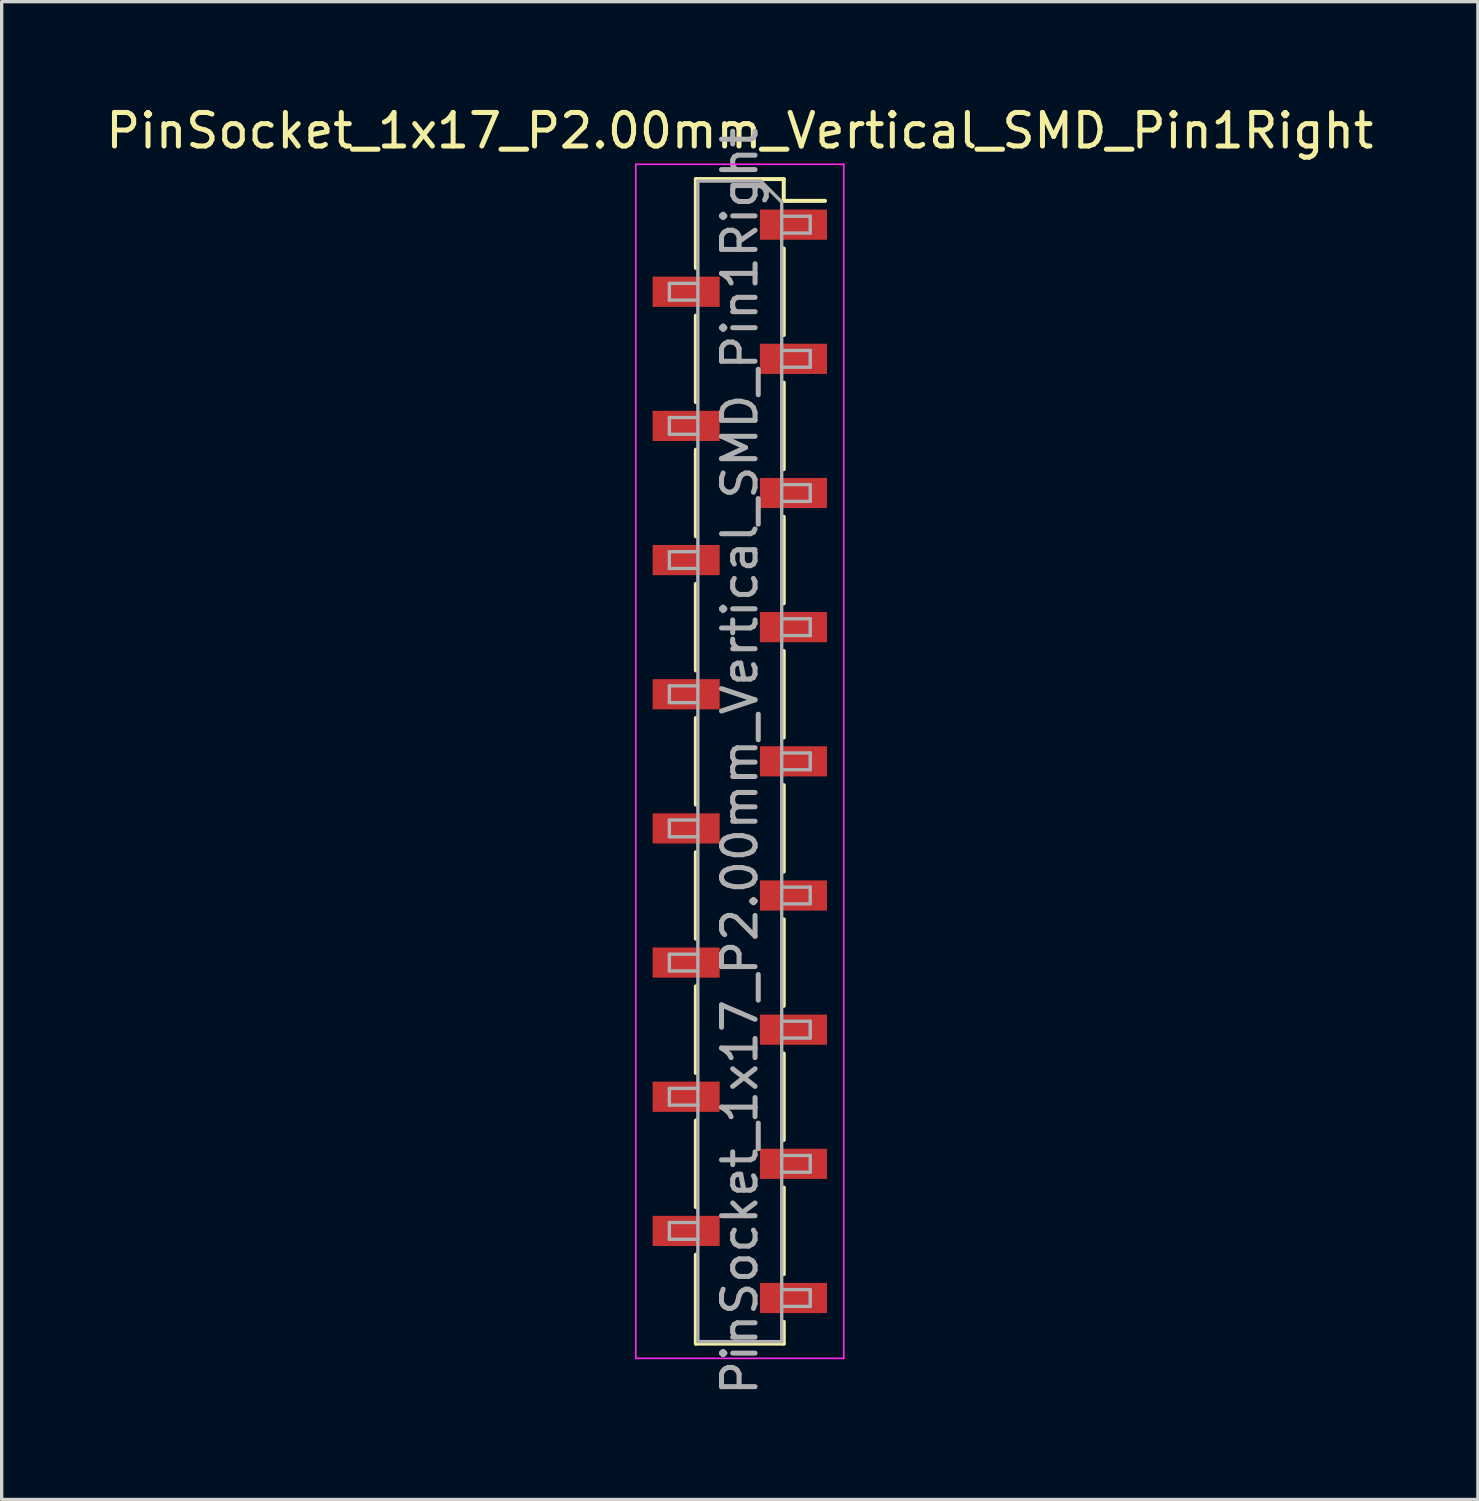
<source format=kicad_pcb>
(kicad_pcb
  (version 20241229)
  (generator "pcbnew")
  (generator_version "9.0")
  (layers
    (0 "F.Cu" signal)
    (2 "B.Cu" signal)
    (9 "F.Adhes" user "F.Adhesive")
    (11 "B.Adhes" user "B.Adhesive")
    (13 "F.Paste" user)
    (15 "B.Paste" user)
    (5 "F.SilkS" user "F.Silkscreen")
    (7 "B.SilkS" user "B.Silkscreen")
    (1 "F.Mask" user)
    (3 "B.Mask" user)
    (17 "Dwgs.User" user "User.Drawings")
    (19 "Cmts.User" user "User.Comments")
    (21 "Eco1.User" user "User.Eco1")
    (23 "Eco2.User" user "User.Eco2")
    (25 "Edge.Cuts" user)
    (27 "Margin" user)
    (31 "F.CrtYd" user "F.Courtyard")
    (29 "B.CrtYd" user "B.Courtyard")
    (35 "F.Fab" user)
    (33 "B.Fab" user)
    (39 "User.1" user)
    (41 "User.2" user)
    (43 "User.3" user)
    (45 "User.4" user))
  (footprint "PinSocket_1x17_P2.00mm_Vertical_SMD_Pin1Right"
    (layer "F.Cu")
    (at 19.006 19.648)
    (property "Reference" "PinSocket_1x17_P2.00mm_Vertical_SMD_Pin1Right" (at 0 -18.8 0) (layer "F.SilkS") (effects (font (size 1 1) (thickness 0.15))))
    (attr smd)
    (fp_line (start -1.31 -17.36) (end -1.31 -14.71) (stroke (width 0.12) (type solid)) (layer "F.SilkS"))
    (fp_line (start -1.31 -17.36) (end 1.31 -17.36) (stroke (width 0.12) (type solid)) (layer "F.SilkS"))
    (fp_line (start -1.31 -13.29) (end -1.31 -10.71) (stroke (width 0.12) (type solid)) (layer "F.SilkS"))
    (fp_line (start -1.31 -9.29) (end -1.31 -6.71) (stroke (width 0.12) (type solid)) (layer "F.SilkS"))
    (fp_line (start -1.31 -5.29) (end -1.31 -2.71) (stroke (width 0.12) (type solid)) (layer "F.SilkS"))
    (fp_line (start -1.31 -1.29) (end -1.31 1.29) (stroke (width 0.12) (type solid)) (layer "F.SilkS"))
    (fp_line (start -1.31 2.71) (end -1.31 5.29) (stroke (width 0.12) (type solid)) (layer "F.SilkS"))
    (fp_line (start -1.31 6.71) (end -1.31 9.29) (stroke (width 0.12) (type solid)) (layer "F.SilkS"))
    (fp_line (start -1.31 10.71) (end -1.31 13.29) (stroke (width 0.12) (type solid)) (layer "F.SilkS"))
    (fp_line (start -1.31 14.71) (end -1.31 17.36) (stroke (width 0.12) (type solid)) (layer "F.SilkS"))
    (fp_line (start -1.31 17.36) (end 1.31 17.36) (stroke (width 0.12) (type solid)) (layer "F.SilkS"))
    (fp_line (start 1.31 -17.36) (end 1.31 -16.71) (stroke (width 0.12) (type solid)) (layer "F.SilkS"))
    (fp_line (start 1.31 -16.71) (end 2.54 -16.71) (stroke (width 0.12) (type solid)) (layer "F.SilkS"))
    (fp_line (start 1.31 -15.29) (end 1.31 -12.71) (stroke (width 0.12) (type solid)) (layer "F.SilkS"))
    (fp_line (start 1.31 -11.29) (end 1.31 -8.71) (stroke (width 0.12) (type solid)) (layer "F.SilkS"))
    (fp_line (start 1.31 -7.29) (end 1.31 -4.71) (stroke (width 0.12) (type solid)) (layer "F.SilkS"))
    (fp_line (start 1.31 -3.29) (end 1.31 -0.71) (stroke (width 0.12) (type solid)) (layer "F.SilkS"))
    (fp_line (start 1.31 0.71) (end 1.31 3.29) (stroke (width 0.12) (type solid)) (layer "F.SilkS"))
    (fp_line (start 1.31 4.71) (end 1.31 7.29) (stroke (width 0.12) (type solid)) (layer "F.SilkS"))
    (fp_line (start 1.31 8.71) (end 1.31 11.29) (stroke (width 0.12) (type solid)) (layer "F.SilkS"))
    (fp_line (start 1.31 12.71) (end 1.31 15.29) (stroke (width 0.12) (type solid)) (layer "F.SilkS"))
    (fp_line (start 1.31 16.71) (end 1.31 17.36) (stroke (width 0.12) (type solid)) (layer "F.SilkS"))
    (fp_line (start -3.1 -17.8) (end 3.1 -17.8) (stroke (width 0.05) (type solid)) (layer "F.CrtYd"))
    (fp_line (start -3.1 17.8) (end -3.1 -17.8) (stroke (width 0.05) (type solid)) (layer "F.CrtYd"))
    (fp_line (start 3.1 -17.8) (end 3.1 17.8) (stroke (width 0.05) (type solid)) (layer "F.CrtYd"))
    (fp_line (start 3.1 17.8) (end -3.1 17.8) (stroke (width 0.05) (type solid)) (layer "F.CrtYd"))
    (fp_line (start -2.1 -14.25) (end -1.25 -14.25) (stroke (width 0.1) (type solid)) (layer "F.Fab"))
    (fp_line (start -2.1 -13.75) (end -2.1 -14.25) (stroke (width 0.1) (type solid)) (layer "F.Fab"))
    (fp_line (start -2.1 -10.25) (end -1.25 -10.25) (stroke (width 0.1) (type solid)) (layer "F.Fab"))
    (fp_line (start -2.1 -9.75) (end -2.1 -10.25) (stroke (width 0.1) (type solid)) (layer "F.Fab"))
    (fp_line (start -2.1 -6.25) (end -1.25 -6.25) (stroke (width 0.1) (type solid)) (layer "F.Fab"))
    (fp_line (start -2.1 -5.75) (end -2.1 -6.25) (stroke (width 0.1) (type solid)) (layer "F.Fab"))
    (fp_line (start -2.1 -2.25) (end -1.25 -2.25) (stroke (width 0.1) (type solid)) (layer "F.Fab"))
    (fp_line (start -2.1 -1.75) (end -2.1 -2.25) (stroke (width 0.1) (type solid)) (layer "F.Fab"))
    (fp_line (start -2.1 1.75) (end -1.25 1.75) (stroke (width 0.1) (type solid)) (layer "F.Fab"))
    (fp_line (start -2.1 2.25) (end -2.1 1.75) (stroke (width 0.1) (type solid)) (layer "F.Fab"))
    (fp_line (start -2.1 5.75) (end -1.25 5.75) (stroke (width 0.1) (type solid)) (layer "F.Fab"))
    (fp_line (start -2.1 6.25) (end -2.1 5.75) (stroke (width 0.1) (type solid)) (layer "F.Fab"))
    (fp_line (start -2.1 9.75) (end -1.25 9.75) (stroke (width 0.1) (type solid)) (layer "F.Fab"))
    (fp_line (start -2.1 10.25) (end -2.1 9.75) (stroke (width 0.1) (type solid)) (layer "F.Fab"))
    (fp_line (start -2.1 13.75) (end -1.25 13.75) (stroke (width 0.1) (type solid)) (layer "F.Fab"))
    (fp_line (start -2.1 14.25) (end -2.1 13.75) (stroke (width 0.1) (type solid)) (layer "F.Fab"))
    (fp_line (start -1.25 -17.3) (end 0.625 -17.3) (stroke (width 0.1) (type solid)) (layer "F.Fab"))
    (fp_line (start -1.25 -13.75) (end -2.1 -13.75) (stroke (width 0.1) (type solid)) (layer "F.Fab"))
    (fp_line (start -1.25 -9.75) (end -2.1 -9.75) (stroke (width 0.1) (type solid)) (layer "F.Fab"))
    (fp_line (start -1.25 -5.75) (end -2.1 -5.75) (stroke (width 0.1) (type solid)) (layer "F.Fab"))
    (fp_line (start -1.25 -1.75) (end -2.1 -1.75) (stroke (width 0.1) (type solid)) (layer "F.Fab"))
    (fp_line (start -1.25 2.25) (end -2.1 2.25) (stroke (width 0.1) (type solid)) (layer "F.Fab"))
    (fp_line (start -1.25 6.25) (end -2.1 6.25) (stroke (width 0.1) (type solid)) (layer "F.Fab"))
    (fp_line (start -1.25 10.25) (end -2.1 10.25) (stroke (width 0.1) (type solid)) (layer "F.Fab"))
    (fp_line (start -1.25 14.25) (end -2.1 14.25) (stroke (width 0.1) (type solid)) (layer "F.Fab"))
    (fp_line (start -1.25 17.3) (end -1.25 -17.3) (stroke (width 0.1) (type solid)) (layer "F.Fab"))
    (fp_line (start 0.625 -17.3) (end 1.25 -16.675) (stroke (width 0.1) (type solid)) (layer "F.Fab"))
    (fp_line (start 1.25 -16.675) (end 1.25 17.3) (stroke (width 0.1) (type solid)) (layer "F.Fab"))
    (fp_line (start 1.25 -16.25) (end 2.1 -16.25) (stroke (width 0.1) (type solid)) (layer "F.Fab"))
    (fp_line (start 1.25 -12.25) (end 2.1 -12.25) (stroke (width 0.1) (type solid)) (layer "F.Fab"))
    (fp_line (start 1.25 -8.25) (end 2.1 -8.25) (stroke (width 0.1) (type solid)) (layer "F.Fab"))
    (fp_line (start 1.25 -4.25) (end 2.1 -4.25) (stroke (width 0.1) (type solid)) (layer "F.Fab"))
    (fp_line (start 1.25 -0.25) (end 2.1 -0.25) (stroke (width 0.1) (type solid)) (layer "F.Fab"))
    (fp_line (start 1.25 3.75) (end 2.1 3.75) (stroke (width 0.1) (type solid)) (layer "F.Fab"))
    (fp_line (start 1.25 7.75) (end 2.1 7.75) (stroke (width 0.1) (type solid)) (layer "F.Fab"))
    (fp_line (start 1.25 11.75) (end 2.1 11.75) (stroke (width 0.1) (type solid)) (layer "F.Fab"))
    (fp_line (start 1.25 15.75) (end 2.1 15.75) (stroke (width 0.1) (type solid)) (layer "F.Fab"))
    (fp_line (start 1.25 17.3) (end -1.25 17.3) (stroke (width 0.1) (type solid)) (layer "F.Fab"))
    (fp_line (start 2.1 -16.25) (end 2.1 -15.75) (stroke (width 0.1) (type solid)) (layer "F.Fab"))
    (fp_line (start 2.1 -15.75) (end 1.25 -15.75) (stroke (width 0.1) (type solid)) (layer "F.Fab"))
    (fp_line (start 2.1 -12.25) (end 2.1 -11.75) (stroke (width 0.1) (type solid)) (layer "F.Fab"))
    (fp_line (start 2.1 -11.75) (end 1.25 -11.75) (stroke (width 0.1) (type solid)) (layer "F.Fab"))
    (fp_line (start 2.1 -8.25) (end 2.1 -7.75) (stroke (width 0.1) (type solid)) (layer "F.Fab"))
    (fp_line (start 2.1 -7.75) (end 1.25 -7.75) (stroke (width 0.1) (type solid)) (layer "F.Fab"))
    (fp_line (start 2.1 -4.25) (end 2.1 -3.75) (stroke (width 0.1) (type solid)) (layer "F.Fab"))
    (fp_line (start 2.1 -3.75) (end 1.25 -3.75) (stroke (width 0.1) (type solid)) (layer "F.Fab"))
    (fp_line (start 2.1 -0.25) (end 2.1 0.25) (stroke (width 0.1) (type solid)) (layer "F.Fab"))
    (fp_line (start 2.1 0.25) (end 1.25 0.25) (stroke (width 0.1) (type solid)) (layer "F.Fab"))
    (fp_line (start 2.1 3.75) (end 2.1 4.25) (stroke (width 0.1) (type solid)) (layer "F.Fab"))
    (fp_line (start 2.1 4.25) (end 1.25 4.25) (stroke (width 0.1) (type solid)) (layer "F.Fab"))
    (fp_line (start 2.1 7.75) (end 2.1 8.25) (stroke (width 0.1) (type solid)) (layer "F.Fab"))
    (fp_line (start 2.1 8.25) (end 1.25 8.25) (stroke (width 0.1) (type solid)) (layer "F.Fab"))
    (fp_line (start 2.1 11.75) (end 2.1 12.25) (stroke (width 0.1) (type solid)) (layer "F.Fab"))
    (fp_line (start 2.1 12.25) (end 1.25 12.25) (stroke (width 0.1) (type solid)) (layer "F.Fab"))
    (fp_line (start 2.1 15.75) (end 2.1 16.25) (stroke (width 0.1) (type solid)) (layer "F.Fab"))
    (fp_line (start 2.1 16.25) (end 1.25 16.25) (stroke (width 0.1) (type solid)) (layer "F.Fab"))
    (fp_text user "${REFERENCE}" (at 0 0 90) (layer "F.Fab") (effects (font (size 1 1) (thickness 0.15))))
    (pad "1" smd rect (at 1.6 -16) (size 2 0.9) (layers "F.Cu" "F.Mask" "F.Paste"))
    (pad "2" smd rect (at -1.6 -14) (size 2 0.9) (layers "F.Cu" "F.Mask" "F.Paste"))
    (pad "3" smd rect (at 1.6 -12) (size 2 0.9) (layers "F.Cu" "F.Mask" "F.Paste"))
    (pad "4" smd rect (at -1.6 -10) (size 2 0.9) (layers "F.Cu" "F.Mask" "F.Paste"))
    (pad "5" smd rect (at 1.6 -8) (size 2 0.9) (layers "F.Cu" "F.Mask" "F.Paste"))
    (pad "6" smd rect (at -1.6 -6) (size 2 0.9) (layers "F.Cu" "F.Mask" "F.Paste"))
    (pad "7" smd rect (at 1.6 -4) (size 2 0.9) (layers "F.Cu" "F.Mask" "F.Paste"))
    (pad "8" smd rect (at -1.6 -2) (size 2 0.9) (layers "F.Cu" "F.Mask" "F.Paste"))
    (pad "9" smd rect (at 1.6 0) (size 2 0.9) (layers "F.Cu" "F.Mask" "F.Paste"))
    (pad "10" smd rect (at -1.6 2) (size 2 0.9) (layers "F.Cu" "F.Mask" "F.Paste"))
    (pad "11" smd rect (at 1.6 4) (size 2 0.9) (layers "F.Cu" "F.Mask" "F.Paste"))
    (pad "12" smd rect (at -1.6 6) (size 2 0.9) (layers "F.Cu" "F.Mask" "F.Paste"))
    (pad "13" smd rect (at 1.6 8) (size 2 0.9) (layers "F.Cu" "F.Mask" "F.Paste"))
    (pad "14" smd rect (at -1.6 10) (size 2 0.9) (layers "F.Cu" "F.Mask" "F.Paste"))
    (pad "15" smd rect (at 1.6 12) (size 2 0.9) (layers "F.Cu" "F.Mask" "F.Paste"))
    (pad "16" smd rect (at -1.6 14) (size 2 0.9) (layers "F.Cu" "F.Mask" "F.Paste"))
    (pad "17" smd rect (at 1.6 16) (size 2 0.9) (layers "F.Cu" "F.Mask" "F.Paste")))
  (gr_rect
    (start -3 -3)
    (end 41.012 41.654)
    (stroke (width 0.1) (type default))
    (fill no)
    (layer "Edge.Cuts")))
</source>
